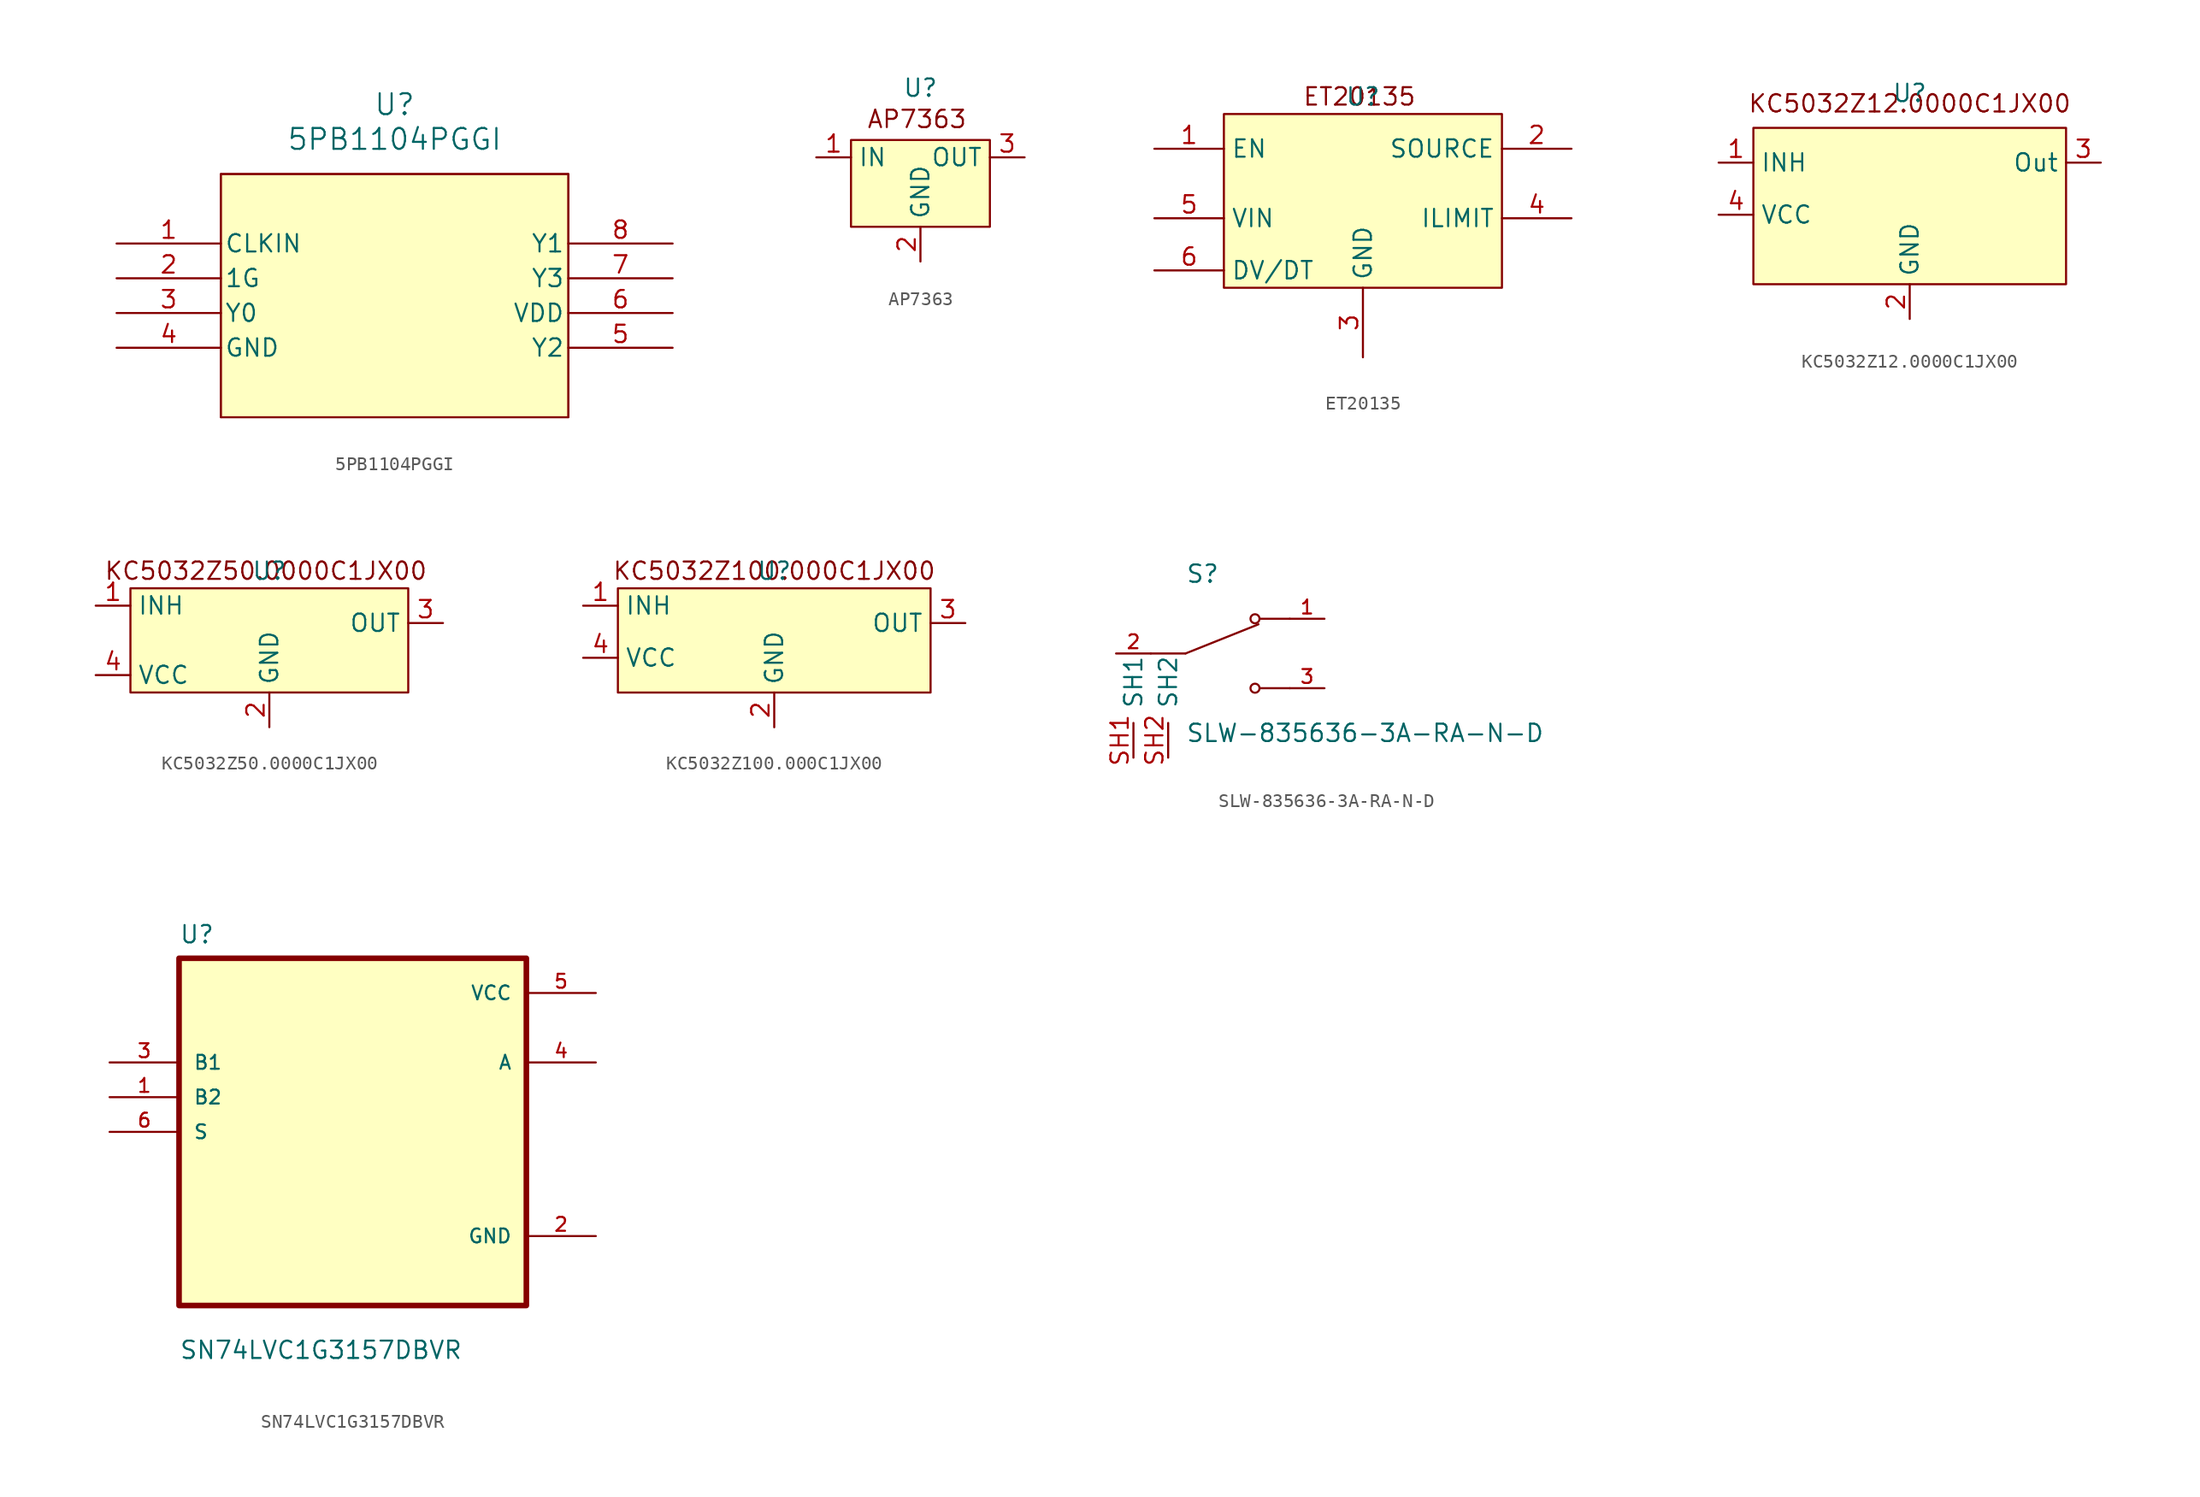
<source format=kicad_sym>
(kicad_symbol_lib
  (version 20241209)
  (generator "kicad_symbol_editor")
  (generator_version "9.0")
  (symbol "5PB1104PGGI"
    (pin_names
      (offset 0.254))
    (property "Reference" "U"
      (at 20.32 10.16 0)
      (effects (font (size 1.524 1.524))))
    (property "Value" "5PB1104PGGI"
      (at 20.32 7.62 0)
      (effects (font (size 1.524 1.524))))
    (property "ki_locked" ""
      (at 0 0 0)
      (effects (font (size 1.27 1.27))))
    (symbol "5PB1104PGGI_0_1"
      (polyline (pts (xy 7.62 5.08) (xy 7.62 -12.7)) (stroke (width 0.127) (type default)) (fill (type none)))
      (polyline (pts (xy 33.02 5.08) (xy 7.62 5.08)) (stroke (width 0.127) (type default)) (fill (type none)))
      (pin input line (at 0 0 0) (length 7.62) (name "CLKIN" (effects (font (size 1.27 1.27)))) (number "1" (effects (font (size 1.27 1.27)))))
      (pin input line (at 0 -2.54 0) (length 7.62) (name "1G" (effects (font (size 1.27 1.27)))) (number "2" (effects (font (size 1.27 1.27)))))
      (pin output line (at 0 -5.08 0) (length 7.62) (name "Y0" (effects (font (size 1.27 1.27)))) (number "3" (effects (font (size 1.27 1.27)))))
      (pin power_out line (at 0 -7.62 0) (length 7.62) (name "GND" (effects (font (size 1.27 1.27)))) (number "4" (effects (font (size 1.27 1.27)))))
      (pin output line (at 40.64 0 180) (length 7.62) (name "Y1" (effects (font (size 1.27 1.27)))) (number "8" (effects (font (size 1.27 1.27)))))
      (pin power_in line (at 40.64 -5.08 180) (length 7.62) (name "VDD" (effects (font (size 1.27 1.27)))) (number "6" (effects (font (size 1.27 1.27))))))
    (symbol "5PB1104PGGI_1_1"
      (rectangle (start 7.62 5.08) (end 33.02 -12.7) (stroke (width 0) (type default)) (fill (type background)))
      (polyline (pts (xy 33.02 -12.7) (xy 33.02 5.08)) (stroke (width 0.127) (type default)) (fill (type background)))
      (pin output line (at 40.64 -2.54 180) (length 7.62) (name "Y3" (effects (font (size 1.27 1.27)))) (number "7" (effects (font (size 1.27 1.27)))))
      (pin output line (at 40.64 -7.62 180) (length 7.62) (name "Y2" (effects (font (size 1.27 1.27)))) (number "5" (effects (font (size 1.27 1.27)))))))
  (symbol "AP7363"
    (property "Reference" "U"
      (at 0 0 0)
      (effects (font (size 1.27 1.27))))
    (property "Value" ""
      (at 0 0 0)
      (effects (font (size 1.27 1.27))))
    (symbol "AP7363_1_1"
      (rectangle (start -5.08 -3.81) (end 5.08 -10.16) (stroke (width 0) (type default)) (fill (type background)))
      (text "AP7363" (at -0.254 -2.286 0) (effects (font (size 1.27 1.27))))
      (pin input line (at -7.62 -5.08 0) (length 2.54) (name "IN" (effects (font (size 1.27 1.27)))) (number "1" (effects (font (size 1.27 1.27)))))
      (pin input line (at 0 -12.7 90) (length 2.54) (name "GND" (effects (font (size 1.27 1.27)))) (number "2" (effects (font (size 1.27 1.27)))))
      (pin input line (at 7.62 -5.08 180) (length 2.54) (name "OUT" (effects (font (size 1.27 1.27)))) (number "3" (effects (font (size 1.27 1.27)))))))
  (symbol "ET20135"
    (property "Reference" "U"
      (at 0 0 0)
      (effects (font (size 1.27 1.27))))
    (property "Value" ""
      (at 0 0 0)
      (effects (font (size 1.27 1.27))))
    (symbol "ET20135_1_1"
      (rectangle (start -10.16 -1.27) (end 10.16 -13.97) (stroke (width 0) (type default)) (fill (type background)))
      (text "ET20135" (at -0.254 0 0) (effects (font (size 1.27 1.27))))
      (pin input line (at -15.24 -3.81 0) (length 5.08) (name "EN" (effects (font (size 1.27 1.27)))) (number "1" (effects (font (size 1.27 1.27)))))
      (pin input line (at -15.24 -8.89 0) (length 5.08) (name "VIN" (effects (font (size 1.27 1.27)))) (number "5" (effects (font (size 1.27 1.27)))))
      (pin input line (at -15.24 -12.7 0) (length 5.08) (name "DV/DT" (effects (font (size 1.27 1.27)))) (number "6" (effects (font (size 1.27 1.27)))))
      (pin power_out line (at 0 -19.05 90) (length 5.08) (name "GND" (effects (font (size 1.27 1.27)))) (number "3" (effects (font (size 1.27 1.27)))))
      (pin output line (at 15.24 -3.81 180) (length 5.08) (name "SOURCE" (effects (font (size 1.27 1.27)))) (number "2" (effects (font (size 1.27 1.27)))))
      (pin input line (at 15.24 -8.89 180) (length 5.08) (name "ILIMIT" (effects (font (size 1.27 1.27)))) (number "4" (effects (font (size 1.27 1.27)))))))
  (symbol "KC5032Z12.0000C1JX00"
    (property "Reference" "U"
      (at 0 0 0)
      (effects (font (size 1.27 1.27))))
    (property "Value" ""
      (at 0 0 0)
      (effects (font (size 1.27 1.27))))
    (symbol "KC5032Z12.0000C1JX00_1_1"
      (rectangle (start -11.43 -2.54) (end 11.43 -13.97) (stroke (width 0) (type default)) (fill (type background)))
      (text "KC5032Z12.0000C1JX00" (at 0 -0.762 0) (effects (font (size 1.27 1.27))))
      (pin input line (at -13.97 -5.08 0) (length 2.54) (name "INH" (effects (font (size 1.27 1.27)))) (number "1" (effects (font (size 1.27 1.27)))))
      (pin input line (at -13.97 -8.89 0) (length 2.54) (name "VCC" (effects (font (size 1.27 1.27)))) (number "4" (effects (font (size 1.27 1.27)))))
      (pin input line (at 0 -16.51 90) (length 2.54) (name "GND" (effects (font (size 1.27 1.27)))) (number "2" (effects (font (size 1.27 1.27)))))
      (pin output line (at 13.97 -5.08 180) (length 2.54) (name "Out" (effects (font (size 1.27 1.27)))) (number "3" (effects (font (size 1.27 1.27)))))))
  (symbol "KC5032Z50.0000C1JX00"
    (property "Reference" "U"
      (at 0 0 0)
      (effects (font (size 1.27 1.27))))
    (property "Value" ""
      (at 0 0 0)
      (effects (font (size 1.27 1.27))))
    (symbol "KC5032Z50.0000C1JX00_1_1"
      (rectangle (start -10.16 -1.27) (end 10.16 -8.89) (stroke (width 0) (type default)) (fill (type background)))
      (text "KC5032Z50.0000C1JX00" (at -0.254 0 0) (effects (font (size 1.27 1.27))))
      (pin input line (at -12.7 -2.54 0) (length 2.54) (name "INH" (effects (font (size 1.27 1.27)))) (number "1" (effects (font (size 1.27 1.27)))))
      (pin input line (at -12.7 -7.62 0) (length 2.54) (name "VCC" (effects (font (size 1.27 1.27)))) (number "4" (effects (font (size 1.27 1.27)))))
      (pin input line (at 0 -11.43 90) (length 2.54) (name "GND" (effects (font (size 1.27 1.27)))) (number "2" (effects (font (size 1.27 1.27)))))
      (pin output line (at 12.7 -3.81 180) (length 2.54) (name "OUT" (effects (font (size 1.27 1.27)))) (number "3" (effects (font (size 1.27 1.27)))))))
  (symbol "KC5032Z100.000C1JX00"
    (property "Reference" "U"
      (at 0 0 0)
      (effects (font (size 1.27 1.27))))
    (property "Value" ""
      (at 0 0 0)
      (effects (font (size 1.27 1.27))))
    (symbol "KC5032Z100.000C1JX00_1_1"
      (rectangle (start -11.43 -1.27) (end 11.43 -8.89) (stroke (width 0) (type default)) (fill (type background)))
      (text "KC5032Z100.000C1JX00" (at 0 0 0) (effects (font (size 1.27 1.27))))
      (pin input line (at -13.97 -2.54 0) (length 2.54) (name "INH" (effects (font (size 1.27 1.27)))) (number "1" (effects (font (size 1.27 1.27)))))
      (pin input line (at -13.97 -6.35 0) (length 2.54) (name "VCC" (effects (font (size 1.27 1.27)))) (number "4" (effects (font (size 1.27 1.27)))))
      (pin input line (at 0 -11.43 90) (length 2.54) (name "GND" (effects (font (size 1.27 1.27)))) (number "2" (effects (font (size 1.27 1.27)))))
      (pin output line (at 13.97 -3.81 180) (length 2.54) (name "OUT" (effects (font (size 1.27 1.27)))) (number "3" (effects (font (size 1.27 1.27)))))))
  (symbol "SLW-835636-3A-RA-N-D"
    (pin_names
      (offset 1.016))
    (property "Reference" "S"
      (at -2.54 5.08 0)
      (effects (font (size 1.27 1.27)) (justify left bottom)))
    (property "Value" "SLW-835636-3A-RA-N-D"
      (at -2.54 -5.08 0)
      (effects (font (size 1.27 1.27)) (justify left top)))
    (symbol "SLW-835636-3A-RA-N-D_0_0"
      (polyline (pts (xy -2.54 0) (xy -5.08 0)) (stroke (width 0.152) (type default)) (fill (type none)))
      (polyline (pts (xy -2.54 0) (xy 2.794 2.134)) (stroke (width 0.152) (type default)) (fill (type none)))
      (circle (center 2.54 2.54) (radius 0.33) (stroke (width 0.152) (type default)) (fill (type none)))
      (circle (center 2.54 -2.54) (radius 0.33) (stroke (width 0.152) (type default)) (fill (type none)))
      (polyline (pts (xy 5.08 2.54) (xy 2.921 2.54)) (stroke (width 0.152) (type default)) (fill (type none)))
      (polyline (pts (xy 5.08 -2.54) (xy 2.921 -2.54)) (stroke (width 0.152) (type default)) (fill (type none)))
      (pin passive line (at -7.62 0 0) (length 2.54) (name "~" (effects (font (size 1.016 1.016)))) (number "2" (effects (font (size 1.016 1.016)))))
      (pin passive line (at 7.62 2.54 180) (length 2.54) (name "~" (effects (font (size 1.016 1.016)))) (number "1" (effects (font (size 1.016 1.016)))))
      (pin passive line (at 7.62 -2.54 180) (length 2.54) (name "~" (effects (font (size 1.016 1.016)))) (number "3" (effects (font (size 1.016 1.016))))))
    (symbol "SLW-835636-3A-RA-N-D_1_1"
      (pin input line (at -6.35 -7.62 90) (length 2.54) (name "SH1" (effects (font (size 1.27 1.27)))) (number "SH1" (effects (font (size 1.27 1.27)))))
      (pin input line (at -3.81 -7.62 90) (length 2.54) (name "SH2" (effects (font (size 1.27 1.27)))) (number "SH2" (effects (font (size 1.27 1.27)))))))
  (symbol "SN74LVC1G3157DBVR"
    (pin_names
      (offset 1.016))
    (property "Reference" "U"
      (at -12.7 13.7 0)
      (effects (font (size 1.27 1.27)) (justify left bottom)))
    (property "Value" "SN74LVC1G3157DBVR"
      (at -12.7 -16.7 0)
      (effects (font (size 1.27 1.27)) (justify left bottom)))
    (symbol "SN74LVC1G3157DBVR_0_0"
      (rectangle (start -12.7 -12.7) (end 12.7 12.7) (stroke (width 0.41) (type default)) (fill (type background)))
      (pin input line (at -17.78 5.08 0) (length 5.08) (name "B1" (effects (font (size 1.016 1.016)))) (number "3" (effects (font (size 1.016 1.016)))))
      (pin input line (at -17.78 2.54 0) (length 5.08) (name "B2" (effects (font (size 1.016 1.016)))) (number "1" (effects (font (size 1.016 1.016)))))
      (pin input line (at -17.78 0 0) (length 5.08) (name "S" (effects (font (size 1.016 1.016)))) (number "6" (effects (font (size 1.016 1.016)))))
      (pin power_in line (at 17.78 10.16 180) (length 5.08) (name "VCC" (effects (font (size 1.016 1.016)))) (number "5" (effects (font (size 1.016 1.016)))))
      (pin output line (at 17.78 5.08 180) (length 5.08) (name "A" (effects (font (size 1.016 1.016)))) (number "4" (effects (font (size 1.016 1.016)))))
      (pin power_in line (at 17.78 -7.62 180) (length 5.08) (name "GND" (effects (font (size 1.016 1.016)))) (number "2" (effects (font (size 1.016 1.016))))))))
</source>
